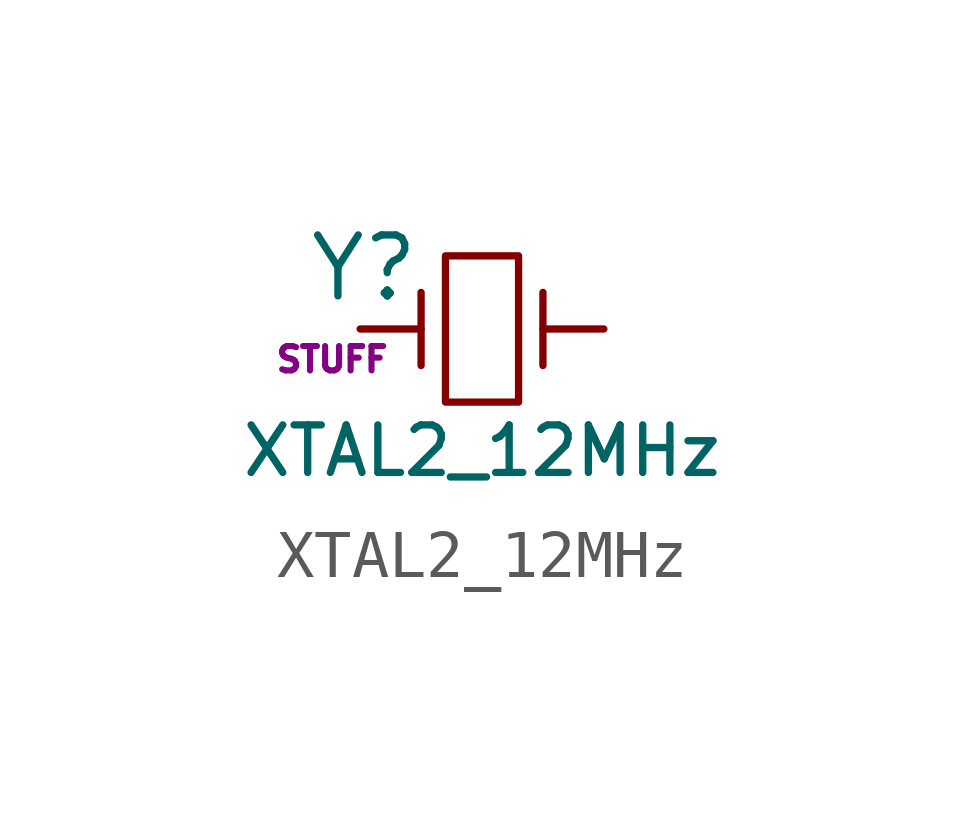
<source format=kicad_sym>
(kicad_symbol_lib
  (version 20211014)
  (generator kicad_symbol_editor)
  (symbol "XTAL2_12MHz"
    (pin_numbers hide)
    (pin_names
      (offset 1.016) hide)
    (property "Reference" "Y"
      (at -1.27 1.27 0)
      (effects (font (size 1.27 1.27)) (justify right)))
    (property "Value" "XTAL2_12MHz"
      (at 0 -2.54 0)
      (effects (font (size 0.991 0.991))))
    (property "Datasheet" ""
      (at 0 0 0)
      (effects (font (size 1.27 1.27))))
    (property "SKU" "STUFF"
      (at -1.905 -0.635 0)
      (effects (font (size 0.508 0.508)) (justify right)))
    (symbol "XTAL2_12MHz_0_1"
      (rectangle (start -0.762 -1.524) (end 0.762 1.524) (stroke (width 0) (type default) (color 0 0 0 0)) (fill (type none)))
      (polyline (pts (xy -1.27 -0.762) (xy -1.27 0.762)) (stroke (width 0) (type default) (color 0 0 0 0)) (fill (type none)))
      (polyline (pts (xy 1.27 -0.762) (xy 1.27 0.762)) (stroke (width 0) (type default) (color 0 0 0 0)) (fill (type none))))
    (symbol "XTAL2_12MHz_1_1"
      (pin passive line (at -2.54 0 0) (length 1.27) (name "1" (effects (font (size 1.016 1.016)))) (number "1" (effects (font (size 1.016 1.016)))))
      (pin passive line (at 2.54 0 180) (length 1.27) (name "2" (effects (font (size 1.016 1.016)))) (number "2" (effects (font (size 1.016 1.016))))))))
</source>
